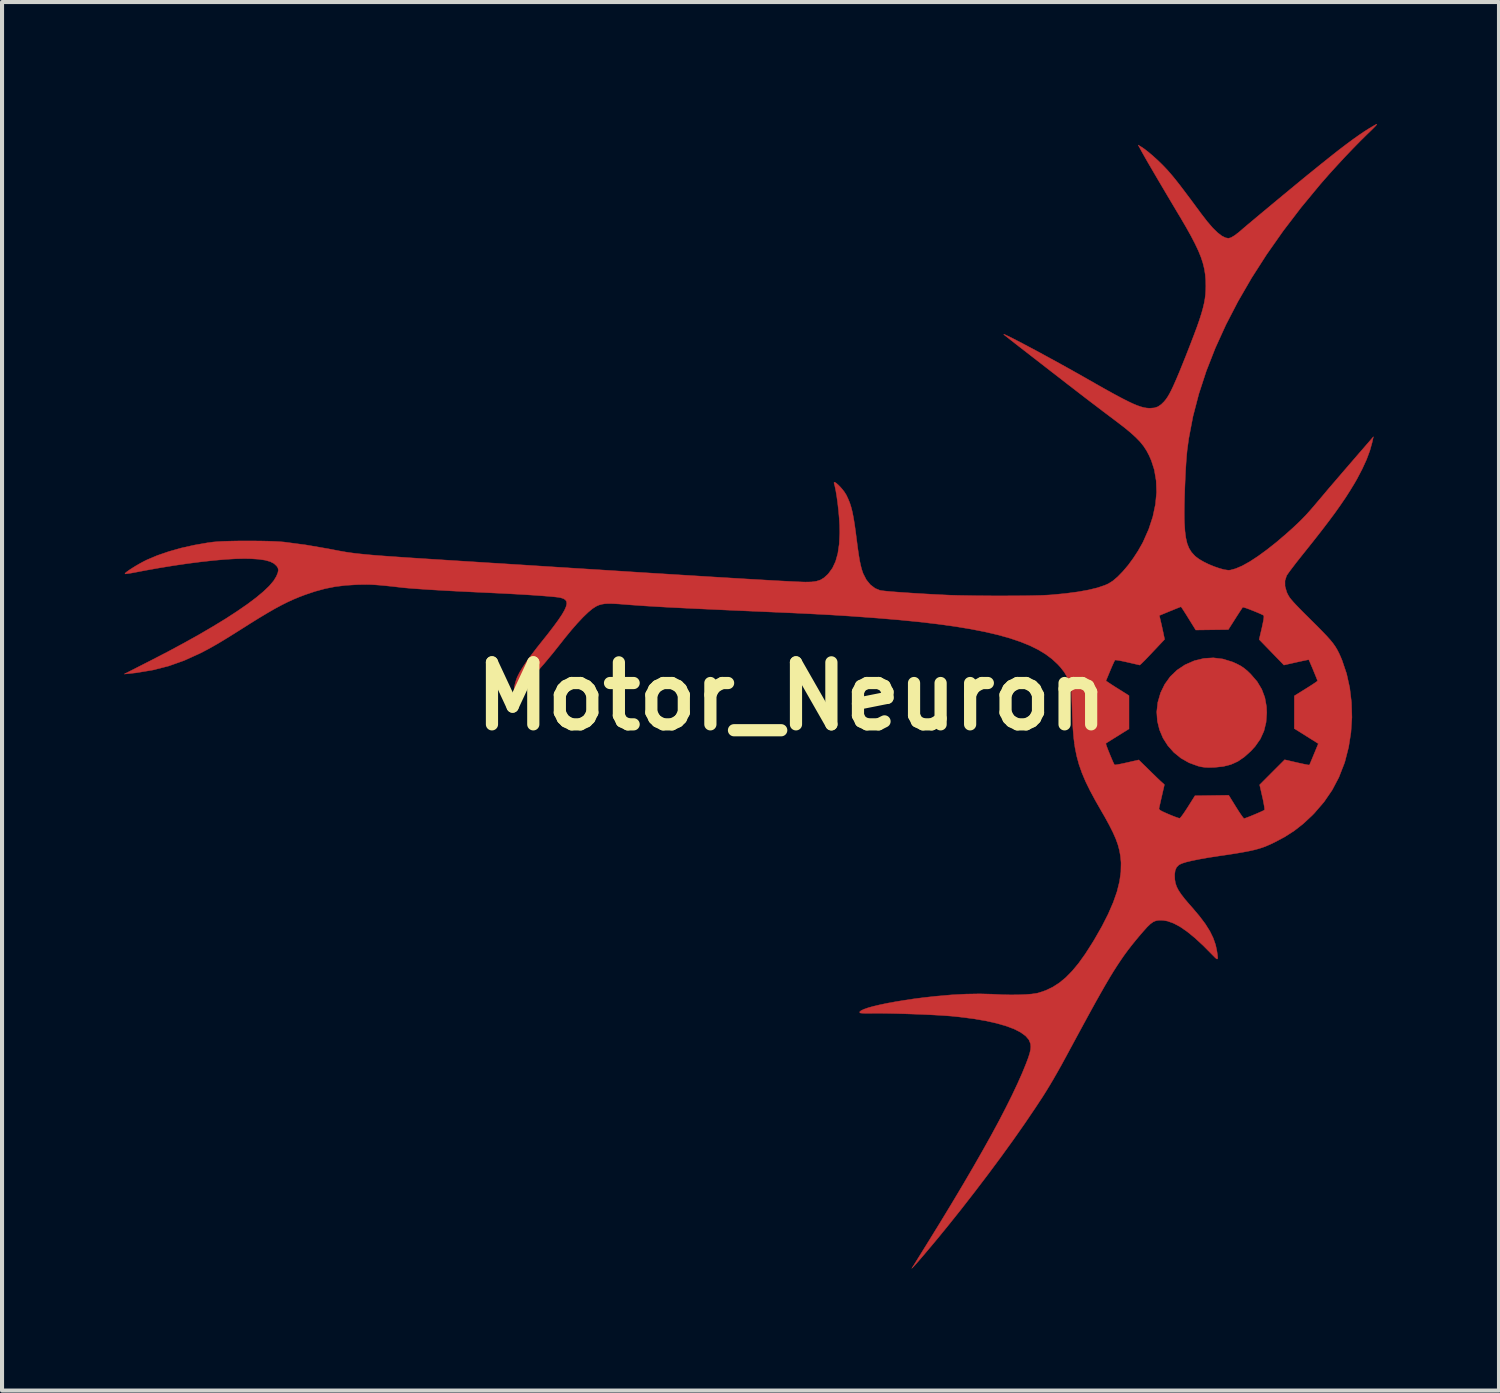
<source format=kicad_pcb>
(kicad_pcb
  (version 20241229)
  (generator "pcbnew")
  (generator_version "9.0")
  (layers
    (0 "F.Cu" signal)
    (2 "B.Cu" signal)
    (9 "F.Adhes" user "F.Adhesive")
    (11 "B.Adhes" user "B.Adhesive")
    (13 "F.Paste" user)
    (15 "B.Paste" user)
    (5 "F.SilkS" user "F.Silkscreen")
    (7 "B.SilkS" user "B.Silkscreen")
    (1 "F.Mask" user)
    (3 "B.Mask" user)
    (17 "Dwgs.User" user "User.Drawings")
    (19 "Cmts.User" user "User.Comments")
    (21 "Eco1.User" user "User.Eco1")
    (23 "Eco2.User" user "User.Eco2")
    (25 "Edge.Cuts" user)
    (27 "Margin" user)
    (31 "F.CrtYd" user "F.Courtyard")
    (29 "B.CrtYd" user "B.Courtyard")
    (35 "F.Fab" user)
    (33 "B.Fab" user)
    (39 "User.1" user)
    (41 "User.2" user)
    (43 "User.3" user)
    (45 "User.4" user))
  (footprint "Motor_Neuron"
    (layer "F.Cu")
    (at 16.412 14.07)
    (property "Reference" "Motor_Neuron" (at 0 0 0) (layer "F.SilkS") (effects (font (size 1.524 1.524) (thickness 0.3))))
    (attr through_hole)
    (fp_poly (pts (xy 10.603 -0.918) (xy 10.835 -0.847) (xy 10.942 -0.8) (xy 11.04 -0.749) (xy 11.123 -0.694) (xy 11.206 -0.626) (xy 11.292 -0.542) (xy 11.447 -0.363) (xy 11.561 -0.173) (xy 11.637 0.03) (xy 11.677 0.252) (xy 11.684 0.406) (xy 11.667 0.64) (xy 11.615 0.853) (xy 11.527 1.048) (xy 11.399 1.231) (xy 11.294 1.346) (xy 11.131 1.492) (xy 10.97 1.602) (xy 10.8 1.678) (xy 10.615 1.725) (xy 10.404 1.747) (xy 10.382 1.748) (xy 10.259 1.751) (xy 10.163 1.747) (xy 10.079 1.735) (xy 9.994 1.715) (xy 9.774 1.635) (xy 9.575 1.522) (xy 9.4 1.38) (xy 9.252 1.214) (xy 9.133 1.027) (xy 9.047 0.823) (xy 8.994 0.608) (xy 8.979 0.384) (xy 9.004 0.155) (xy 9.005 0.149) (xy 9.073 -0.085) (xy 9.176 -0.297) (xy 9.311 -0.484) (xy 9.478 -0.644) (xy 9.673 -0.774) (xy 9.894 -0.871) (xy 9.907 -0.876) (xy 10.138 -0.932) (xy 10.371 -0.946) (xy 10.603 -0.918)) (stroke (width 0.01) (type solid)) (fill yes) (layer "F.Cu"))
    (fp_poly (pts (xy 14.384 -14.052) (xy 14.357 -14.021) (xy 14.306 -13.969) (xy 14.228 -13.892) (xy 14.15 -13.817) (xy 13.986 -13.655) (xy 13.803 -13.468) (xy 13.609 -13.265) (xy 13.413 -13.053) (xy 13.222 -12.843) (xy 13.045 -12.641) (xy 13.004 -12.594) (xy 12.529 -12.02) (xy 12.088 -11.443) (xy 11.682 -10.865) (xy 11.311 -10.286) (xy 10.977 -9.709) (xy 10.679 -9.134) (xy 10.419 -8.563) (xy 10.197 -7.996) (xy 10.014 -7.436) (xy 9.87 -6.883) (xy 9.766 -6.339) (xy 9.727 -6.054) (xy 9.714 -5.918) (xy 9.701 -5.748) (xy 9.689 -5.555) (xy 9.679 -5.345) (xy 9.67 -5.128) (xy 9.663 -4.913) (xy 9.658 -4.707) (xy 9.656 -4.52) (xy 9.657 -4.36) (xy 9.66 -4.265) (xy 9.673 -4.062) (xy 9.695 -3.894) (xy 9.727 -3.756) (xy 9.773 -3.641) (xy 9.833 -3.544) (xy 9.91 -3.459) (xy 9.936 -3.435) (xy 10.022 -3.371) (xy 10.132 -3.307) (xy 10.258 -3.245) (xy 10.39 -3.191) (xy 10.52 -3.146) (xy 10.637 -3.114) (xy 10.735 -3.1) (xy 10.784 -3.102) (xy 10.92 -3.139) (xy 11.081 -3.208) (xy 11.263 -3.309) (xy 11.465 -3.441) (xy 11.686 -3.602) (xy 11.924 -3.79) (xy 12.176 -4.006) (xy 12.291 -4.109) (xy 12.393 -4.203) (xy 12.484 -4.289) (xy 12.57 -4.375) (xy 12.656 -4.465) (xy 12.747 -4.566) (xy 12.85 -4.685) (xy 12.97 -4.827) (xy 13.05 -4.921) (xy 13.123 -5.008) (xy 13.218 -5.121) (xy 13.33 -5.251) (xy 13.452 -5.393) (xy 13.578 -5.54) (xy 13.703 -5.685) (xy 13.736 -5.723) (xy 13.848 -5.853) (xy 13.954 -5.976) (xy 14.05 -6.086) (xy 14.131 -6.18) (xy 14.195 -6.253) (xy 14.236 -6.301) (xy 14.249 -6.316) (xy 14.306 -6.382) (xy 14.273 -6.234) (xy 14.219 -6.04) (xy 14.138 -5.823) (xy 14.031 -5.589) (xy 13.902 -5.343) (xy 13.84 -5.235) (xy 13.737 -5.066) (xy 13.626 -4.892) (xy 13.502 -4.71) (xy 13.365 -4.516) (xy 13.209 -4.306) (xy 13.034 -4.077) (xy 12.836 -3.824) (xy 12.612 -3.543) (xy 12.602 -3.531) (xy 12.501 -3.404) (xy 12.406 -3.284) (xy 12.323 -3.175) (xy 12.253 -3.083) (xy 12.203 -3.013) (xy 12.174 -2.97) (xy 12.172 -2.966) (xy 12.132 -2.842) (xy 12.133 -2.707) (xy 12.174 -2.563) (xy 12.195 -2.517) (xy 12.217 -2.476) (xy 12.244 -2.432) (xy 12.281 -2.384) (xy 12.331 -2.326) (xy 12.396 -2.255) (xy 12.481 -2.167) (xy 12.588 -2.058) (xy 12.721 -1.926) (xy 12.774 -1.873) (xy 12.929 -1.719) (xy 13.056 -1.59) (xy 13.161 -1.48) (xy 13.245 -1.386) (xy 13.314 -1.301) (xy 13.37 -1.222) (xy 13.417 -1.143) (xy 13.46 -1.06) (xy 13.501 -0.969) (xy 13.537 -0.882) (xy 13.647 -0.556) (xy 13.724 -0.209) (xy 13.767 0.151) (xy 13.778 0.518) (xy 13.754 0.887) (xy 13.697 1.25) (xy 13.607 1.601) (xy 13.589 1.656) (xy 13.457 1.993) (xy 13.292 2.306) (xy 13.091 2.599) (xy 12.853 2.875) (xy 12.796 2.933) (xy 12.579 3.135) (xy 12.359 3.307) (xy 12.121 3.459) (xy 11.88 3.587) (xy 11.778 3.636) (xy 11.682 3.678) (xy 11.587 3.715) (xy 11.486 3.747) (xy 11.375 3.777) (xy 11.248 3.805) (xy 11.1 3.833) (xy 10.926 3.863) (xy 10.72 3.895) (xy 10.507 3.926) (xy 10.253 3.965) (xy 10.033 4.004) (xy 9.849 4.041) (xy 9.703 4.076) (xy 9.596 4.11) (xy 9.53 4.142) (xy 9.525 4.145) (xy 9.468 4.202) (xy 9.434 4.275) (xy 9.42 4.373) (xy 9.42 4.413) (xy 9.424 4.508) (xy 9.439 4.595) (xy 9.468 4.681) (xy 9.514 4.771) (xy 9.581 4.871) (xy 9.67 4.986) (xy 9.786 5.122) (xy 9.852 5.196) (xy 10.028 5.404) (xy 10.172 5.595) (xy 10.284 5.773) (xy 10.367 5.942) (xy 10.425 6.108) (xy 10.455 6.246) (xy 10.472 6.354) (xy 10.479 6.424) (xy 10.473 6.458) (xy 10.452 6.457) (xy 10.414 6.425) (xy 10.355 6.365) (xy 10.345 6.355) (xy 10.121 6.129) (xy 9.915 5.939) (xy 9.726 5.785) (xy 9.552 5.665) (xy 9.391 5.58) (xy 9.243 5.527) (xy 9.131 5.508) (xy 9.04 5.506) (xy 8.964 5.517) (xy 8.893 5.546) (xy 8.822 5.597) (xy 8.742 5.674) (xy 8.65 5.777) (xy 8.545 5.899) (xy 8.448 6.016) (xy 8.356 6.13) (xy 8.268 6.244) (xy 8.182 6.361) (xy 8.096 6.485) (xy 8.008 6.617) (xy 7.916 6.761) (xy 7.819 6.92) (xy 7.715 7.097) (xy 7.602 7.295) (xy 7.478 7.515) (xy 7.342 7.762) (xy 7.191 8.039) (xy 7.024 8.347) (xy 6.868 8.636) (xy 6.741 8.871) (xy 6.63 9.075) (xy 6.529 9.254) (xy 6.436 9.416) (xy 6.347 9.566) (xy 6.258 9.712) (xy 6.164 9.861) (xy 6.061 10.017) (xy 5.988 10.128) (xy 5.732 10.506) (xy 5.451 10.907) (xy 5.149 11.325) (xy 4.832 11.752) (xy 4.504 12.183) (xy 4.171 12.611) (xy 3.838 13.028) (xy 3.717 13.176) (xy 3.604 13.315) (xy 3.489 13.453) (xy 3.376 13.587) (xy 3.271 13.712) (xy 3.176 13.823) (xy 3.096 13.915) (xy 3.036 13.984) (xy 2.999 14.023) (xy 2.956 14.065) (xy 2.996 14.002) (xy 3.338 13.451) (xy 3.657 12.934) (xy 3.952 12.448) (xy 4.224 11.992) (xy 4.474 11.564) (xy 4.702 11.165) (xy 4.911 10.791) (xy 5.099 10.443) (xy 5.268 10.117) (xy 5.419 9.814) (xy 5.552 9.532) (xy 5.669 9.27) (xy 5.765 9.035) (xy 5.819 8.892) (xy 5.855 8.779) (xy 5.876 8.688) (xy 5.882 8.614) (xy 5.876 8.547) (xy 5.876 8.545) (xy 5.836 8.445) (xy 5.755 8.351) (xy 5.634 8.263) (xy 5.474 8.181) (xy 5.277 8.107) (xy 5.042 8.039) (xy 4.773 7.979) (xy 4.468 7.927) (xy 4.13 7.884) (xy 3.937 7.864) (xy 3.796 7.853) (xy 3.622 7.842) (xy 3.422 7.831) (xy 3.204 7.821) (xy 2.977 7.813) (xy 2.75 7.805) (xy 2.53 7.799) (xy 2.326 7.795) (xy 2.146 7.793) (xy 1.998 7.794) (xy 1.986 7.794) (xy 1.88 7.795) (xy 1.788 7.794) (xy 1.72 7.79) (xy 1.684 7.785) (xy 1.681 7.784) (xy 1.676 7.757) (xy 1.711 7.727) (xy 1.781 7.694) (xy 1.884 7.658) (xy 2.017 7.621) (xy 2.176 7.584) (xy 2.358 7.546) (xy 2.561 7.509) (xy 2.78 7.473) (xy 3.013 7.438) (xy 3.257 7.407) (xy 3.508 7.379) (xy 3.524 7.377) (xy 3.918 7.342) (xy 4.288 7.322) (xy 4.627 7.316) (xy 4.933 7.324) (xy 4.985 7.327) (xy 5.191 7.337) (xy 5.393 7.341) (xy 5.584 7.339) (xy 5.757 7.332) (xy 5.906 7.32) (xy 6.023 7.303) (xy 6.064 7.294) (xy 6.247 7.233) (xy 6.419 7.151) (xy 6.583 7.046) (xy 6.742 6.915) (xy 6.899 6.755) (xy 7.058 6.564) (xy 7.22 6.338) (xy 7.389 6.074) (xy 7.443 5.986) (xy 7.631 5.657) (xy 7.786 5.352) (xy 7.909 5.068) (xy 8.002 4.803) (xy 8.064 4.555) (xy 8.097 4.321) (xy 8.102 4.098) (xy 8.1 4.066) (xy 8.086 3.924) (xy 8.061 3.786) (xy 8.024 3.647) (xy 7.971 3.501) (xy 7.901 3.343) (xy 7.811 3.165) (xy 7.7 2.962) (xy 7.625 2.833) (xy 7.47 2.562) (xy 7.339 2.318) (xy 7.229 2.094) (xy 7.14 1.883) (xy 7.068 1.678) (xy 7.012 1.473) (xy 6.969 1.261) (xy 6.955 1.158) (xy 7.727 1.158) (xy 7.731 1.179) (xy 7.748 1.23) (xy 7.775 1.302) (xy 7.809 1.387) (xy 7.845 1.475) (xy 7.88 1.557) (xy 7.91 1.626) (xy 7.933 1.672) (xy 7.942 1.686) (xy 7.968 1.685) (xy 8.027 1.676) (xy 8.111 1.66) (xy 8.212 1.638) (xy 8.248 1.63) (xy 8.537 1.564) (xy 8.772 1.794) (xy 8.86 1.881) (xy 8.945 1.963) (xy 9.018 2.034) (xy 9.072 2.085) (xy 9.087 2.098) (xy 9.168 2.172) (xy 9.105 2.446) (xy 9.081 2.551) (xy 9.06 2.644) (xy 9.044 2.715) (xy 9.035 2.755) (xy 9.035 2.758) (xy 9.039 2.778) (xy 9.062 2.8) (xy 9.11 2.828) (xy 9.189 2.864) (xy 9.271 2.9) (xy 9.366 2.939) (xy 9.449 2.971) (xy 9.511 2.992) (xy 9.543 2.999) (xy 9.544 2.999) (xy 9.565 2.981) (xy 9.603 2.932) (xy 9.654 2.86) (xy 9.713 2.771) (xy 9.746 2.72) (xy 9.919 2.445) (xy 10.334 2.439) (xy 10.749 2.433) (xy 10.926 2.719) (xy 10.987 2.816) (xy 11.042 2.899) (xy 11.087 2.962) (xy 11.116 2.998) (xy 11.125 3.005) (xy 11.154 2.997) (xy 11.212 2.976) (xy 11.289 2.946) (xy 11.376 2.91) (xy 11.463 2.873) (xy 11.54 2.839) (xy 11.598 2.812) (xy 11.627 2.795) (xy 11.628 2.795) (xy 11.63 2.769) (xy 11.623 2.71) (xy 11.608 2.625) (xy 11.588 2.522) (xy 11.577 2.476) (xy 11.509 2.176) (xy 11.816 1.868) (xy 12.124 1.56) (xy 12.424 1.629) (xy 12.531 1.653) (xy 12.622 1.672) (xy 12.689 1.685) (xy 12.727 1.69) (xy 12.731 1.69) (xy 12.742 1.669) (xy 12.765 1.616) (xy 12.797 1.539) (xy 12.836 1.445) (xy 12.845 1.423) (xy 12.952 1.164) (xy 12.842 1.094) (xy 12.774 1.052) (xy 12.685 0.996) (xy 12.59 0.936) (xy 12.547 0.909) (xy 12.361 0.794) (xy 12.362 -0.011) (xy 12.647 -0.188) (xy 12.744 -0.249) (xy 12.827 -0.303) (xy 12.89 -0.345) (xy 12.926 -0.372) (xy 12.933 -0.379) (xy 12.925 -0.402) (xy 12.905 -0.455) (xy 12.875 -0.528) (xy 12.84 -0.613) (xy 12.804 -0.701) (xy 12.769 -0.782) (xy 12.741 -0.848) (xy 12.722 -0.89) (xy 12.717 -0.899) (xy 12.695 -0.897) (xy 12.64 -0.886) (xy 12.558 -0.869) (xy 12.457 -0.847) (xy 12.408 -0.836) (xy 12.106 -0.768) (xy 11.497 -1.397) (xy 11.526 -1.519) (xy 11.563 -1.677) (xy 11.589 -1.799) (xy 11.606 -1.887) (xy 11.613 -1.946) (xy 11.612 -1.978) (xy 11.608 -1.987) (xy 11.578 -2.005) (xy 11.52 -2.032) (xy 11.443 -2.065) (xy 11.357 -2.1) (xy 11.271 -2.134) (xy 11.193 -2.163) (xy 11.132 -2.183) (xy 11.098 -2.191) (xy 11.094 -2.191) (xy 11.079 -2.169) (xy 11.045 -2.118) (xy 10.997 -2.045) (xy 10.939 -1.955) (xy 10.91 -1.909) (xy 10.739 -1.64) (xy 9.938 -1.63) (xy 9.761 -1.915) (xy 9.701 -2.012) (xy 9.648 -2.095) (xy 9.607 -2.158) (xy 9.581 -2.195) (xy 9.575 -2.201) (xy 9.553 -2.194) (xy 9.5 -2.173) (xy 9.422 -2.142) (xy 9.328 -2.103) (xy 9.304 -2.094) (xy 9.043 -1.986) (xy 9.071 -1.866) (xy 9.09 -1.785) (xy 9.113 -1.683) (xy 9.135 -1.581) (xy 9.137 -1.573) (xy 9.173 -1.4) (xy 8.917 -1.129) (xy 8.83 -1.037) (xy 8.75 -0.953) (xy 8.683 -0.883) (xy 8.633 -0.834) (xy 8.612 -0.813) (xy 8.562 -0.768) (xy 8.266 -0.836) (xy 8.159 -0.86) (xy 8.067 -0.878) (xy 7.997 -0.889) (xy 7.958 -0.891) (xy 7.953 -0.89) (xy 7.939 -0.866) (xy 7.912 -0.81) (xy 7.877 -0.732) (xy 7.837 -0.638) (xy 7.833 -0.628) (xy 7.73 -0.38) (xy 7.818 -0.321) (xy 7.874 -0.284) (xy 7.953 -0.233) (xy 8.044 -0.176) (xy 8.102 -0.14) (xy 8.297 -0.017) (xy 8.297 0.801) (xy 8.017 0.976) (xy 7.92 1.036) (xy 7.837 1.088) (xy 7.773 1.128) (xy 7.735 1.153) (xy 7.727 1.158) (xy 6.955 1.158) (xy 6.939 1.035) (xy 6.918 0.788) (xy 6.905 0.513) (xy 6.901 0.402) (xy 6.896 0.222) (xy 6.891 0.079) (xy 6.886 -0.033) (xy 6.88 -0.119) (xy 6.874 -0.186) (xy 6.865 -0.238) (xy 6.854 -0.282) (xy 6.841 -0.323) (xy 6.84 -0.326) (xy 6.78 -0.467) (xy 6.708 -0.591) (xy 6.614 -0.712) (xy 6.542 -0.79) (xy 6.406 -0.916) (xy 6.249 -1.034) (xy 6.068 -1.144) (xy 5.862 -1.246) (xy 5.63 -1.34) (xy 5.37 -1.428) (xy 5.081 -1.509) (xy 4.762 -1.584) (xy 4.409 -1.653) (xy 4.023 -1.717) (xy 3.602 -1.775) (xy 3.144 -1.829) (xy 2.647 -1.878) (xy 2.111 -1.923) (xy 1.799 -1.946) (xy 1.62 -1.959) (xy 1.453 -1.971) (xy 1.292 -1.981) (xy 1.135 -1.991) (xy 0.977 -2.001) (xy 0.813 -2.01) (xy 0.639 -2.019) (xy 0.451 -2.029) (xy 0.244 -2.039) (xy 0.014 -2.05) (xy -0.242 -2.061) (xy -0.531 -2.074) (xy -0.855 -2.088) (xy -1.037 -2.096) (xy -1.453 -2.114) (xy -1.829 -2.131) (xy -2.169 -2.147) (xy -2.476 -2.161) (xy -2.752 -2.175) (xy -3.001 -2.187) (xy -3.225 -2.2) (xy -3.427 -2.212) (xy -3.611 -2.223) (xy -3.779 -2.235) (xy -3.935 -2.246) (xy -4.064 -2.256) (xy -4.242 -2.27) (xy -4.384 -2.278) (xy -4.497 -2.28) (xy -4.588 -2.276) (xy -4.662 -2.264) (xy -4.728 -2.246) (xy -4.79 -2.22) (xy -4.807 -2.211) (xy -4.894 -2.155) (xy -5.001 -2.066) (xy -5.126 -1.946) (xy -5.265 -1.798) (xy -5.416 -1.625) (xy -5.576 -1.43) (xy -5.652 -1.333) (xy -5.873 -1.055) (xy -6.077 -0.81) (xy -6.266 -0.595) (xy -6.444 -0.405) (xy -6.594 -0.256) (xy -6.678 -0.177) (xy -6.737 -0.124) (xy -6.776 -0.094) (xy -6.8 -0.084) (xy -6.813 -0.09) (xy -6.817 -0.099) (xy -6.823 -0.155) (xy -6.814 -0.237) (xy -6.792 -0.334) (xy -6.76 -0.434) (xy -6.741 -0.48) (xy -6.688 -0.585) (xy -6.615 -0.707) (xy -6.52 -0.848) (xy -6.401 -1.012) (xy -6.255 -1.202) (xy -6.161 -1.32) (xy -5.992 -1.532) (xy -5.851 -1.716) (xy -5.736 -1.873) (xy -5.647 -2.005) (xy -5.583 -2.115) (xy -5.544 -2.204) (xy -5.527 -2.275) (xy -5.533 -2.33) (xy -5.561 -2.372) (xy -5.609 -2.402) (xy -5.677 -2.424) (xy -5.74 -2.435) (xy -5.83 -2.445) (xy -5.959 -2.457) (xy -6.122 -2.47) (xy -6.314 -2.484) (xy -6.531 -2.498) (xy -6.77 -2.512) (xy -7.025 -2.526) (xy -7.293 -2.539) (xy -7.525 -2.55) (xy -7.923 -2.569) (xy -8.285 -2.587) (xy -8.611 -2.605) (xy -8.9 -2.622) (xy -9.15 -2.639) (xy -9.361 -2.654) (xy -9.531 -2.669) (xy -9.62 -2.679) (xy -9.82 -2.702) (xy -9.985 -2.719) (xy -10.123 -2.732) (xy -10.24 -2.741) (xy -10.344 -2.747) (xy -10.443 -2.749) (xy -10.543 -2.748) (xy -10.652 -2.746) (xy -10.679 -2.745) (xy -10.963 -2.728) (xy -11.221 -2.696) (xy -11.468 -2.647) (xy -11.72 -2.578) (xy -11.955 -2.499) (xy -12.103 -2.443) (xy -12.247 -2.383) (xy -12.392 -2.317) (xy -12.543 -2.241) (xy -12.705 -2.154) (xy -12.883 -2.051) (xy -13.082 -1.932) (xy -13.308 -1.792) (xy -13.451 -1.701) (xy -13.659 -1.57) (xy -13.836 -1.459) (xy -13.99 -1.365) (xy -14.124 -1.285) (xy -14.245 -1.216) (xy -14.359 -1.153) (xy -14.47 -1.095) (xy -14.552 -1.053) (xy -14.934 -0.88) (xy -15.314 -0.745) (xy -15.703 -0.646) (xy -16.11 -0.578) (xy -16.263 -0.561) (xy -16.407 -0.547) (xy -15.765 -0.874) (xy -15.337 -1.095) (xy -14.936 -1.311) (xy -14.563 -1.519) (xy -14.22 -1.72) (xy -13.907 -1.911) (xy -13.626 -2.094) (xy -13.377 -2.266) (xy -13.163 -2.427) (xy -12.983 -2.577) (xy -12.84 -2.714) (xy -12.735 -2.838) (xy -12.668 -2.947) (xy -12.631 -3.037) (xy -12.618 -3.103) (xy -12.629 -3.156) (xy -12.66 -3.204) (xy -12.725 -3.264) (xy -12.818 -3.312) (xy -12.943 -3.347) (xy -13.1 -3.37) (xy -13.294 -3.383) (xy -13.453 -3.386) (xy -13.671 -3.381) (xy -13.924 -3.366) (xy -14.208 -3.341) (xy -14.516 -3.307) (xy -14.844 -3.265) (xy -15.186 -3.215) (xy -15.536 -3.158) (xy -15.89 -3.095) (xy -16.146 -3.046) (xy -16.238 -3.029) (xy -16.317 -3.017) (xy -16.371 -3.011) (xy -16.389 -3.011) (xy -16.386 -3.026) (xy -16.351 -3.056) (xy -16.292 -3.099) (xy -16.214 -3.15) (xy -16.124 -3.206) (xy -16.027 -3.262) (xy -15.931 -3.314) (xy -15.847 -3.356) (xy -15.596 -3.462) (xy -15.313 -3.559) (xy -15.005 -3.646) (xy -14.683 -3.718) (xy -14.356 -3.775) (xy -14.224 -3.793) (xy -14.122 -3.802) (xy -13.984 -3.81) (xy -13.82 -3.815) (xy -13.637 -3.819) (xy -13.442 -3.82) (xy -13.243 -3.82) (xy -13.048 -3.818) (xy -12.864 -3.814) (xy -12.699 -3.808) (xy -12.561 -3.8) (xy -12.478 -3.793) (xy -11.942 -3.722) (xy -11.39 -3.627) (xy -11.292 -3.608) (xy -11.199 -3.59) (xy -11.11 -3.573) (xy -11.024 -3.558) (xy -10.937 -3.543) (xy -10.846 -3.53) (xy -10.75 -3.517) (xy -10.644 -3.505) (xy -10.527 -3.493) (xy -10.395 -3.48) (xy -10.245 -3.467) (xy -10.076 -3.454) (xy -9.884 -3.44) (xy -9.666 -3.425) (xy -9.42 -3.408) (xy -9.142 -3.39) (xy -8.831 -3.37) (xy -8.483 -3.348) (xy -8.096 -3.323) (xy -7.802 -3.305) (xy -7.495 -3.285) (xy -7.183 -3.266) (xy -6.872 -3.246) (xy -6.568 -3.227) (xy -6.276 -3.208) (xy -6.005 -3.191) (xy -5.759 -3.175) (xy -5.545 -3.162) (xy -5.429 -3.154) (xy -4.789 -3.114) (xy -4.19 -3.076) (xy -3.632 -3.04) (xy -3.113 -3.008) (xy -2.634 -2.978) (xy -2.193 -2.951) (xy -1.79 -2.926) (xy -1.424 -2.904) (xy -1.094 -2.884) (xy -0.799 -2.867) (xy -0.539 -2.852) (xy -0.313 -2.839) (xy -0.119 -2.829) (xy 0.042 -2.821) (xy 0.171 -2.815) (xy 0.27 -2.811) (xy 0.339 -2.809) (xy 0.491 -2.812) (xy 0.612 -2.829) (xy 0.711 -2.861) (xy 0.798 -2.914) (xy 0.883 -2.991) (xy 0.908 -3.018) (xy 1.006 -3.152) (xy 1.083 -3.317) (xy 1.138 -3.513) (xy 1.172 -3.743) (xy 1.185 -4.007) (xy 1.185 -4.051) (xy 1.182 -4.204) (xy 1.172 -4.375) (xy 1.156 -4.555) (xy 1.136 -4.734) (xy 1.113 -4.904) (xy 1.088 -5.055) (xy 1.062 -5.178) (xy 1.046 -5.233) (xy 1.045 -5.261) (xy 1.065 -5.262) (xy 1.101 -5.239) (xy 1.148 -5.198) (xy 1.201 -5.144) (xy 1.255 -5.082) (xy 1.304 -5.017) (xy 1.343 -4.954) (xy 1.349 -4.944) (xy 1.393 -4.849) (xy 1.432 -4.754) (xy 1.465 -4.65) (xy 1.495 -4.532) (xy 1.522 -4.395) (xy 1.549 -4.232) (xy 1.576 -4.038) (xy 1.599 -3.86) (xy 1.626 -3.651) (xy 1.651 -3.478) (xy 1.675 -3.335) (xy 1.7 -3.217) (xy 1.726 -3.118) (xy 1.755 -3.032) (xy 1.76 -3.018) (xy 1.838 -2.866) (xy 1.937 -2.744) (xy 2.055 -2.654) (xy 2.172 -2.606) (xy 2.223 -2.597) (xy 2.312 -2.587) (xy 2.436 -2.575) (xy 2.592 -2.563) (xy 2.776 -2.55) (xy 2.984 -2.536) (xy 3.212 -2.522) (xy 3.458 -2.508) (xy 3.715 -2.495) (xy 3.888 -2.487) (xy 4.089 -2.481) (xy 4.31 -2.477) (xy 4.548 -2.473) (xy 4.794 -2.471) (xy 5.045 -2.469) (xy 5.293 -2.47) (xy 5.533 -2.471) (xy 5.76 -2.473) (xy 5.966 -2.477) (xy 6.147 -2.482) (xy 6.296 -2.489) (xy 6.392 -2.495) (xy 6.736 -2.528) (xy 7.039 -2.568) (xy 7.301 -2.615) (xy 7.523 -2.669) (xy 7.705 -2.731) (xy 7.789 -2.768) (xy 7.899 -2.837) (xy 8.02 -2.94) (xy 8.147 -3.071) (xy 8.276 -3.223) (xy 8.401 -3.393) (xy 8.518 -3.572) (xy 8.623 -3.757) (xy 8.645 -3.799) (xy 8.782 -4.109) (xy 8.883 -4.417) (xy 8.947 -4.72) (xy 8.975 -5.015) (xy 8.965 -5.3) (xy 8.919 -5.57) (xy 8.847 -5.794) (xy 8.79 -5.924) (xy 8.728 -6.041) (xy 8.656 -6.151) (xy 8.57 -6.258) (xy 8.465 -6.366) (xy 8.337 -6.482) (xy 8.182 -6.61) (xy 7.995 -6.753) (xy 7.973 -6.77) (xy 7.828 -6.879) (xy 7.671 -6.997) (xy 7.514 -7.117) (xy 7.365 -7.23) (xy 7.235 -7.329) (xy 7.186 -7.367) (xy 7.056 -7.467) (xy 6.911 -7.579) (xy 6.755 -7.699) (xy 6.591 -7.827) (xy 6.422 -7.957) (xy 6.252 -8.089) (xy 6.084 -8.22) (xy 5.921 -8.346) (xy 5.768 -8.465) (xy 5.626 -8.575) (xy 5.5 -8.673) (xy 5.393 -8.757) (xy 5.309 -8.823) (xy 5.25 -8.869) (xy 5.22 -8.893) (xy 5.218 -8.895) (xy 5.219 -8.901) (xy 5.253 -8.889) (xy 5.319 -8.858) (xy 5.412 -8.813) (xy 5.529 -8.753) (xy 5.668 -8.681) (xy 5.824 -8.598) (xy 5.996 -8.507) (xy 6.179 -8.408) (xy 6.371 -8.303) (xy 6.569 -8.195) (xy 6.769 -8.084) (xy 6.968 -7.973) (xy 7.163 -7.863) (xy 7.302 -7.784) (xy 7.556 -7.639) (xy 7.777 -7.515) (xy 7.968 -7.41) (xy 8.132 -7.323) (xy 8.272 -7.252) (xy 8.392 -7.195) (xy 8.495 -7.152) (xy 8.583 -7.121) (xy 8.66 -7.1) (xy 8.73 -7.088) (xy 8.794 -7.083) (xy 8.816 -7.083) (xy 8.922 -7.092) (xy 9.009 -7.121) (xy 9.09 -7.177) (xy 9.16 -7.246) (xy 9.201 -7.296) (xy 9.244 -7.357) (xy 9.289 -7.433) (xy 9.338 -7.527) (xy 9.393 -7.644) (xy 9.456 -7.786) (xy 9.529 -7.958) (xy 9.612 -8.163) (xy 9.7 -8.382) (xy 9.804 -8.648) (xy 9.893 -8.88) (xy 9.968 -9.081) (xy 10.029 -9.256) (xy 10.078 -9.409) (xy 10.116 -9.545) (xy 10.145 -9.667) (xy 10.165 -9.78) (xy 10.178 -9.888) (xy 10.184 -9.996) (xy 10.186 -10.086) (xy 10.183 -10.233) (xy 10.171 -10.374) (xy 10.149 -10.511) (xy 10.115 -10.65) (xy 10.067 -10.796) (xy 10.004 -10.952) (xy 9.923 -11.123) (xy 9.824 -11.314) (xy 9.704 -11.529) (xy 9.562 -11.772) (xy 9.513 -11.853) (xy 9.372 -12.09) (xy 9.236 -12.319) (xy 9.106 -12.539) (xy 8.985 -12.744) (xy 8.875 -12.932) (xy 8.779 -13.096) (xy 8.699 -13.235) (xy 8.638 -13.344) (xy 8.614 -13.386) (xy 8.523 -13.554) (xy 8.592 -13.513) (xy 8.674 -13.458) (xy 8.777 -13.378) (xy 8.891 -13.281) (xy 9.01 -13.173) (xy 9.125 -13.061) (xy 9.228 -12.953) (xy 9.25 -12.929) (xy 9.304 -12.867) (xy 9.358 -12.804) (xy 9.413 -12.737) (xy 9.474 -12.661) (xy 9.544 -12.572) (xy 9.624 -12.467) (xy 9.718 -12.342) (xy 9.829 -12.194) (xy 9.96 -12.017) (xy 10.071 -11.867) (xy 10.219 -11.675) (xy 10.352 -11.52) (xy 10.471 -11.403) (xy 10.577 -11.321) (xy 10.67 -11.274) (xy 10.742 -11.261) (xy 10.803 -11.277) (xy 10.887 -11.326) (xy 10.996 -11.408) (xy 11.07 -11.472) (xy 11.127 -11.521) (xy 11.213 -11.594) (xy 11.323 -11.686) (xy 11.453 -11.795) (xy 11.599 -11.917) (xy 11.757 -12.048) (xy 11.921 -12.185) (xy 12.089 -12.324) (xy 12.256 -12.462) (xy 12.417 -12.595) (xy 12.569 -12.72) (xy 12.707 -12.833) (xy 12.755 -12.871) (xy 13.016 -13.083) (xy 13.249 -13.269) (xy 13.456 -13.432) (xy 13.641 -13.573) (xy 13.806 -13.695) (xy 13.954 -13.8) (xy 14.089 -13.891) (xy 14.213 -13.969) (xy 14.329 -14.037) (xy 14.34 -14.044) (xy 14.373 -14.061) (xy 14.389 -14.065) (xy 14.384 -14.052)) (stroke (width 0.01) (type solid)) (fill yes) (layer "F.Cu"))
    (fp_poly (pts (xy 10.603 -0.918) (xy 10.835 -0.847) (xy 10.942 -0.8) (xy 11.04 -0.749) (xy 11.123 -0.694) (xy 11.206 -0.626) (xy 11.292 -0.542) (xy 11.447 -0.363) (xy 11.561 -0.173) (xy 11.637 0.03) (xy 11.677 0.252) (xy 11.684 0.406) (xy 11.667 0.64) (xy 11.615 0.853) (xy 11.527 1.048) (xy 11.399 1.231) (xy 11.294 1.346) (xy 11.131 1.492) (xy 10.97 1.602) (xy 10.8 1.678) (xy 10.615 1.725) (xy 10.404 1.747) (xy 10.382 1.748) (xy 10.259 1.751) (xy 10.163 1.747) (xy 10.079 1.735) (xy 9.994 1.715) (xy 9.774 1.635) (xy 9.575 1.522) (xy 9.4 1.38) (xy 9.252 1.214) (xy 9.133 1.027) (xy 9.047 0.823) (xy 8.994 0.608) (xy 8.979 0.384) (xy 9.004 0.155) (xy 9.005 0.149) (xy 9.073 -0.085) (xy 9.176 -0.297) (xy 9.311 -0.484) (xy 9.478 -0.644) (xy 9.673 -0.774) (xy 9.894 -0.871) (xy 9.907 -0.876) (xy 10.138 -0.932) (xy 10.371 -0.946) (xy 10.603 -0.918)) (stroke (width 0.01) (type solid)) (fill yes) (layer "F.Mask"))
    (fp_poly (pts (xy 14.384 -14.052) (xy 14.357 -14.021) (xy 14.306 -13.969) (xy 14.228 -13.892) (xy 14.15 -13.817) (xy 13.986 -13.655) (xy 13.803 -13.468) (xy 13.609 -13.265) (xy 13.413 -13.053) (xy 13.222 -12.843) (xy 13.045 -12.641) (xy 13.004 -12.594) (xy 12.529 -12.02) (xy 12.088 -11.443) (xy 11.682 -10.865) (xy 11.311 -10.286) (xy 10.977 -9.709) (xy 10.679 -9.134) (xy 10.419 -8.563) (xy 10.197 -7.996) (xy 10.014 -7.436) (xy 9.87 -6.883) (xy 9.766 -6.339) (xy 9.727 -6.054) (xy 9.714 -5.918) (xy 9.701 -5.748) (xy 9.689 -5.555) (xy 9.679 -5.345) (xy 9.67 -5.128) (xy 9.663 -4.913) (xy 9.658 -4.707) (xy 9.656 -4.52) (xy 9.657 -4.36) (xy 9.66 -4.265) (xy 9.673 -4.062) (xy 9.695 -3.894) (xy 9.727 -3.756) (xy 9.773 -3.641) (xy 9.833 -3.544) (xy 9.91 -3.459) (xy 9.936 -3.435) (xy 10.022 -3.371) (xy 10.132 -3.307) (xy 10.258 -3.245) (xy 10.39 -3.191) (xy 10.52 -3.146) (xy 10.637 -3.114) (xy 10.735 -3.1) (xy 10.784 -3.102) (xy 10.92 -3.139) (xy 11.081 -3.208) (xy 11.263 -3.309) (xy 11.465 -3.441) (xy 11.686 -3.602) (xy 11.924 -3.79) (xy 12.176 -4.006) (xy 12.291 -4.109) (xy 12.393 -4.203) (xy 12.484 -4.289) (xy 12.57 -4.375) (xy 12.656 -4.465) (xy 12.747 -4.566) (xy 12.85 -4.685) (xy 12.97 -4.827) (xy 13.05 -4.921) (xy 13.123 -5.008) (xy 13.218 -5.121) (xy 13.33 -5.251) (xy 13.452 -5.393) (xy 13.578 -5.54) (xy 13.703 -5.685) (xy 13.736 -5.723) (xy 13.848 -5.853) (xy 13.954 -5.976) (xy 14.05 -6.086) (xy 14.131 -6.18) (xy 14.195 -6.253) (xy 14.236 -6.301) (xy 14.249 -6.316) (xy 14.306 -6.382) (xy 14.273 -6.234) (xy 14.219 -6.04) (xy 14.138 -5.823) (xy 14.031 -5.589) (xy 13.902 -5.343) (xy 13.84 -5.235) (xy 13.737 -5.066) (xy 13.626 -4.892) (xy 13.502 -4.71) (xy 13.365 -4.516) (xy 13.209 -4.306) (xy 13.034 -4.077) (xy 12.836 -3.824) (xy 12.612 -3.543) (xy 12.602 -3.531) (xy 12.501 -3.404) (xy 12.406 -3.284) (xy 12.323 -3.175) (xy 12.253 -3.083) (xy 12.203 -3.013) (xy 12.174 -2.97) (xy 12.172 -2.966) (xy 12.132 -2.842) (xy 12.133 -2.707) (xy 12.174 -2.563) (xy 12.195 -2.517) (xy 12.217 -2.476) (xy 12.244 -2.432) (xy 12.281 -2.384) (xy 12.331 -2.326) (xy 12.396 -2.255) (xy 12.481 -2.167) (xy 12.588 -2.058) (xy 12.721 -1.926) (xy 12.774 -1.873) (xy 12.929 -1.719) (xy 13.056 -1.59) (xy 13.161 -1.48) (xy 13.245 -1.386) (xy 13.314 -1.301) (xy 13.37 -1.222) (xy 13.417 -1.143) (xy 13.46 -1.06) (xy 13.501 -0.969) (xy 13.537 -0.882) (xy 13.647 -0.556) (xy 13.724 -0.209) (xy 13.767 0.151) (xy 13.778 0.518) (xy 13.754 0.887) (xy 13.697 1.25) (xy 13.607 1.601) (xy 13.589 1.656) (xy 13.457 1.993) (xy 13.292 2.306) (xy 13.091 2.599) (xy 12.853 2.875) (xy 12.796 2.933) (xy 12.579 3.135) (xy 12.359 3.307) (xy 12.121 3.459) (xy 11.88 3.587) (xy 11.778 3.636) (xy 11.682 3.678) (xy 11.587 3.715) (xy 11.486 3.747) (xy 11.375 3.777) (xy 11.248 3.805) (xy 11.1 3.833) (xy 10.926 3.863) (xy 10.72 3.895) (xy 10.507 3.926) (xy 10.253 3.965) (xy 10.033 4.004) (xy 9.849 4.041) (xy 9.703 4.076) (xy 9.596 4.11) (xy 9.53 4.142) (xy 9.525 4.145) (xy 9.468 4.202) (xy 9.434 4.275) (xy 9.42 4.373) (xy 9.42 4.413) (xy 9.424 4.508) (xy 9.439 4.595) (xy 9.468 4.681) (xy 9.514 4.771) (xy 9.581 4.871) (xy 9.67 4.986) (xy 9.786 5.122) (xy 9.852 5.196) (xy 10.028 5.404) (xy 10.172 5.595) (xy 10.284 5.773) (xy 10.367 5.942) (xy 10.425 6.108) (xy 10.455 6.246) (xy 10.472 6.354) (xy 10.479 6.424) (xy 10.473 6.458) (xy 10.452 6.457) (xy 10.414 6.425) (xy 10.355 6.365) (xy 10.345 6.355) (xy 10.121 6.129) (xy 9.915 5.939) (xy 9.726 5.785) (xy 9.552 5.665) (xy 9.391 5.58) (xy 9.243 5.527) (xy 9.131 5.508) (xy 9.04 5.506) (xy 8.964 5.517) (xy 8.893 5.546) (xy 8.822 5.597) (xy 8.742 5.674) (xy 8.65 5.777) (xy 8.545 5.899) (xy 8.448 6.016) (xy 8.356 6.13) (xy 8.268 6.244) (xy 8.182 6.361) (xy 8.096 6.485) (xy 8.008 6.617) (xy 7.916 6.761) (xy 7.819 6.92) (xy 7.715 7.097) (xy 7.602 7.295) (xy 7.478 7.515) (xy 7.342 7.762) (xy 7.191 8.039) (xy 7.024 8.347) (xy 6.868 8.636) (xy 6.741 8.871) (xy 6.63 9.075) (xy 6.529 9.254) (xy 6.436 9.416) (xy 6.347 9.566) (xy 6.258 9.712) (xy 6.164 9.861) (xy 6.061 10.017) (xy 5.988 10.128) (xy 5.732 10.506) (xy 5.451 10.907) (xy 5.149 11.325) (xy 4.832 11.752) (xy 4.504 12.183) (xy 4.171 12.611) (xy 3.838 13.028) (xy 3.717 13.176) (xy 3.604 13.315) (xy 3.489 13.453) (xy 3.376 13.587) (xy 3.271 13.712) (xy 3.176 13.823) (xy 3.096 13.915) (xy 3.036 13.984) (xy 2.999 14.023) (xy 2.956 14.065) (xy 2.996 14.002) (xy 3.338 13.451) (xy 3.657 12.934) (xy 3.952 12.448) (xy 4.224 11.992) (xy 4.474 11.564) (xy 4.702 11.165) (xy 4.911 10.791) (xy 5.099 10.443) (xy 5.268 10.117) (xy 5.419 9.814) (xy 5.552 9.532) (xy 5.669 9.27) (xy 5.765 9.035) (xy 5.819 8.892) (xy 5.855 8.779) (xy 5.876 8.688) (xy 5.882 8.614) (xy 5.876 8.547) (xy 5.876 8.545) (xy 5.836 8.445) (xy 5.755 8.351) (xy 5.634 8.263) (xy 5.474 8.181) (xy 5.277 8.107) (xy 5.042 8.039) (xy 4.773 7.979) (xy 4.468 7.927) (xy 4.13 7.884) (xy 3.937 7.864) (xy 3.796 7.853) (xy 3.622 7.842) (xy 3.422 7.831) (xy 3.204 7.821) (xy 2.977 7.813) (xy 2.75 7.805) (xy 2.53 7.799) (xy 2.326 7.795) (xy 2.146 7.793) (xy 1.998 7.794) (xy 1.986 7.794) (xy 1.88 7.795) (xy 1.788 7.794) (xy 1.72 7.79) (xy 1.684 7.785) (xy 1.681 7.784) (xy 1.676 7.757) (xy 1.711 7.727) (xy 1.781 7.694) (xy 1.884 7.658) (xy 2.017 7.621) (xy 2.176 7.584) (xy 2.358 7.546) (xy 2.561 7.509) (xy 2.78 7.473) (xy 3.013 7.438) (xy 3.257 7.407) (xy 3.508 7.379) (xy 3.524 7.377) (xy 3.918 7.342) (xy 4.288 7.322) (xy 4.627 7.316) (xy 4.933 7.324) (xy 4.985 7.327) (xy 5.191 7.337) (xy 5.393 7.341) (xy 5.584 7.339) (xy 5.757 7.332) (xy 5.906 7.32) (xy 6.023 7.303) (xy 6.064 7.294) (xy 6.247 7.233) (xy 6.419 7.151) (xy 6.583 7.046) (xy 6.742 6.915) (xy 6.899 6.755) (xy 7.058 6.564) (xy 7.22 6.338) (xy 7.389 6.074) (xy 7.443 5.986) (xy 7.631 5.657) (xy 7.786 5.352) (xy 7.909 5.068) (xy 8.002 4.803) (xy 8.064 4.555) (xy 8.097 4.321) (xy 8.102 4.098) (xy 8.1 4.066) (xy 8.086 3.924) (xy 8.061 3.786) (xy 8.024 3.647) (xy 7.971 3.501) (xy 7.901 3.343) (xy 7.811 3.165) (xy 7.7 2.962) (xy 7.625 2.833) (xy 7.47 2.562) (xy 7.339 2.318) (xy 7.229 2.094) (xy 7.14 1.883) (xy 7.068 1.678) (xy 7.012 1.473) (xy 6.969 1.261) (xy 6.955 1.158) (xy 7.727 1.158) (xy 7.731 1.179) (xy 7.748 1.23) (xy 7.775 1.302) (xy 7.809 1.387) (xy 7.845 1.475) (xy 7.88 1.557) (xy 7.91 1.626) (xy 7.933 1.672) (xy 7.942 1.686) (xy 7.968 1.685) (xy 8.027 1.676) (xy 8.111 1.66) (xy 8.212 1.638) (xy 8.248 1.63) (xy 8.537 1.564) (xy 8.772 1.794) (xy 8.86 1.881) (xy 8.945 1.963) (xy 9.018 2.034) (xy 9.072 2.085) (xy 9.087 2.098) (xy 9.168 2.172) (xy 9.105 2.446) (xy 9.081 2.551) (xy 9.06 2.644) (xy 9.044 2.715) (xy 9.035 2.755) (xy 9.035 2.758) (xy 9.039 2.778) (xy 9.062 2.8) (xy 9.11 2.828) (xy 9.189 2.864) (xy 9.271 2.9) (xy 9.366 2.939) (xy 9.449 2.971) (xy 9.511 2.992) (xy 9.543 2.999) (xy 9.544 2.999) (xy 9.565 2.981) (xy 9.603 2.932) (xy 9.654 2.86) (xy 9.713 2.771) (xy 9.746 2.72) (xy 9.919 2.445) (xy 10.334 2.439) (xy 10.749 2.433) (xy 10.926 2.719) (xy 10.987 2.816) (xy 11.042 2.899) (xy 11.087 2.962) (xy 11.116 2.998) (xy 11.125 3.005) (xy 11.154 2.997) (xy 11.212 2.976) (xy 11.289 2.946) (xy 11.376 2.91) (xy 11.463 2.873) (xy 11.54 2.839) (xy 11.598 2.812) (xy 11.627 2.795) (xy 11.628 2.795) (xy 11.63 2.769) (xy 11.623 2.71) (xy 11.608 2.625) (xy 11.588 2.522) (xy 11.577 2.476) (xy 11.509 2.176) (xy 11.816 1.868) (xy 12.124 1.56) (xy 12.424 1.629) (xy 12.531 1.653) (xy 12.622 1.672) (xy 12.689 1.685) (xy 12.727 1.69) (xy 12.731 1.69) (xy 12.742 1.669) (xy 12.765 1.616) (xy 12.797 1.539) (xy 12.836 1.445) (xy 12.845 1.423) (xy 12.952 1.164) (xy 12.842 1.094) (xy 12.774 1.052) (xy 12.685 0.996) (xy 12.59 0.936) (xy 12.547 0.909) (xy 12.361 0.794) (xy 12.362 -0.011) (xy 12.647 -0.188) (xy 12.744 -0.249) (xy 12.827 -0.303) (xy 12.89 -0.345) (xy 12.926 -0.372) (xy 12.933 -0.379) (xy 12.925 -0.402) (xy 12.905 -0.455) (xy 12.875 -0.528) (xy 12.84 -0.613) (xy 12.804 -0.701) (xy 12.769 -0.782) (xy 12.741 -0.848) (xy 12.722 -0.89) (xy 12.717 -0.899) (xy 12.695 -0.897) (xy 12.64 -0.886) (xy 12.558 -0.869) (xy 12.457 -0.847) (xy 12.408 -0.836) (xy 12.106 -0.768) (xy 11.497 -1.397) (xy 11.526 -1.519) (xy 11.563 -1.677) (xy 11.589 -1.799) (xy 11.606 -1.887) (xy 11.613 -1.946) (xy 11.612 -1.978) (xy 11.608 -1.987) (xy 11.578 -2.005) (xy 11.52 -2.032) (xy 11.443 -2.065) (xy 11.357 -2.1) (xy 11.271 -2.134) (xy 11.193 -2.163) (xy 11.132 -2.183) (xy 11.098 -2.191) (xy 11.094 -2.191) (xy 11.079 -2.169) (xy 11.045 -2.118) (xy 10.997 -2.045) (xy 10.939 -1.955) (xy 10.91 -1.909) (xy 10.739 -1.64) (xy 9.938 -1.63) (xy 9.761 -1.915) (xy 9.701 -2.012) (xy 9.648 -2.095) (xy 9.607 -2.158) (xy 9.581 -2.195) (xy 9.575 -2.201) (xy 9.553 -2.194) (xy 9.5 -2.173) (xy 9.422 -2.142) (xy 9.328 -2.103) (xy 9.304 -2.094) (xy 9.043 -1.986) (xy 9.071 -1.866) (xy 9.09 -1.785) (xy 9.113 -1.683) (xy 9.135 -1.581) (xy 9.137 -1.573) (xy 9.173 -1.4) (xy 8.917 -1.129) (xy 8.83 -1.037) (xy 8.75 -0.953) (xy 8.683 -0.883) (xy 8.633 -0.834) (xy 8.612 -0.813) (xy 8.562 -0.768) (xy 8.266 -0.836) (xy 8.159 -0.86) (xy 8.067 -0.878) (xy 7.997 -0.889) (xy 7.958 -0.891) (xy 7.953 -0.89) (xy 7.939 -0.866) (xy 7.912 -0.81) (xy 7.877 -0.732) (xy 7.837 -0.638) (xy 7.833 -0.628) (xy 7.73 -0.38) (xy 7.818 -0.321) (xy 7.874 -0.284) (xy 7.953 -0.233) (xy 8.044 -0.176) (xy 8.102 -0.14) (xy 8.297 -0.017) (xy 8.297 0.801) (xy 8.017 0.976) (xy 7.92 1.036) (xy 7.837 1.088) (xy 7.773 1.128) (xy 7.735 1.153) (xy 7.727 1.158) (xy 6.955 1.158) (xy 6.939 1.035) (xy 6.918 0.788) (xy 6.905 0.513) (xy 6.901 0.402) (xy 6.896 0.222) (xy 6.891 0.079) (xy 6.886 -0.033) (xy 6.88 -0.119) (xy 6.874 -0.186) (xy 6.865 -0.238) (xy 6.854 -0.282) (xy 6.841 -0.323) (xy 6.84 -0.326) (xy 6.78 -0.467) (xy 6.708 -0.591) (xy 6.614 -0.712) (xy 6.542 -0.79) (xy 6.406 -0.916) (xy 6.249 -1.034) (xy 6.068 -1.144) (xy 5.862 -1.246) (xy 5.63 -1.34) (xy 5.37 -1.428) (xy 5.081 -1.509) (xy 4.762 -1.584) (xy 4.409 -1.653) (xy 4.023 -1.717) (xy 3.602 -1.775) (xy 3.144 -1.829) (xy 2.647 -1.878) (xy 2.111 -1.923) (xy 1.799 -1.946) (xy 1.62 -1.959) (xy 1.453 -1.971) (xy 1.292 -1.981) (xy 1.135 -1.991) (xy 0.977 -2.001) (xy 0.813 -2.01) (xy 0.639 -2.019) (xy 0.451 -2.029) (xy 0.244 -2.039) (xy 0.014 -2.05) (xy -0.242 -2.061) (xy -0.531 -2.074) (xy -0.855 -2.088) (xy -1.037 -2.096) (xy -1.453 -2.114) (xy -1.829 -2.131) (xy -2.169 -2.147) (xy -2.476 -2.161) (xy -2.752 -2.175) (xy -3.001 -2.187) (xy -3.225 -2.2) (xy -3.427 -2.212) (xy -3.611 -2.223) (xy -3.779 -2.235) (xy -3.935 -2.246) (xy -4.064 -2.256) (xy -4.242 -2.27) (xy -4.384 -2.278) (xy -4.497 -2.28) (xy -4.588 -2.276) (xy -4.662 -2.264) (xy -4.728 -2.246) (xy -4.79 -2.22) (xy -4.807 -2.211) (xy -4.894 -2.155) (xy -5.001 -2.066) (xy -5.126 -1.946) (xy -5.265 -1.798) (xy -5.416 -1.625) (xy -5.576 -1.43) (xy -5.652 -1.333) (xy -5.873 -1.055) (xy -6.077 -0.81) (xy -6.266 -0.595) (xy -6.444 -0.405) (xy -6.594 -0.256) (xy -6.678 -0.177) (xy -6.737 -0.124) (xy -6.776 -0.094) (xy -6.8 -0.084) (xy -6.813 -0.09) (xy -6.817 -0.099) (xy -6.823 -0.155) (xy -6.814 -0.237) (xy -6.792 -0.334) (xy -6.76 -0.434) (xy -6.741 -0.48) (xy -6.688 -0.585) (xy -6.615 -0.707) (xy -6.52 -0.848) (xy -6.401 -1.012) (xy -6.255 -1.202) (xy -6.161 -1.32) (xy -5.992 -1.532) (xy -5.851 -1.716) (xy -5.736 -1.873) (xy -5.647 -2.005) (xy -5.583 -2.115) (xy -5.544 -2.204) (xy -5.527 -2.275) (xy -5.533 -2.33) (xy -5.561 -2.372) (xy -5.609 -2.402) (xy -5.677 -2.424) (xy -5.74 -2.435) (xy -5.83 -2.445) (xy -5.959 -2.457) (xy -6.122 -2.47) (xy -6.314 -2.484) (xy -6.531 -2.498) (xy -6.77 -2.512) (xy -7.025 -2.526) (xy -7.293 -2.539) (xy -7.525 -2.55) (xy -7.923 -2.569) (xy -8.285 -2.587) (xy -8.611 -2.605) (xy -8.9 -2.622) (xy -9.15 -2.639) (xy -9.361 -2.654) (xy -9.531 -2.669) (xy -9.62 -2.679) (xy -9.82 -2.702) (xy -9.985 -2.719) (xy -10.123 -2.732) (xy -10.24 -2.741) (xy -10.344 -2.747) (xy -10.443 -2.749) (xy -10.543 -2.748) (xy -10.652 -2.746) (xy -10.679 -2.745) (xy -10.963 -2.728) (xy -11.221 -2.696) (xy -11.468 -2.647) (xy -11.72 -2.578) (xy -11.955 -2.499) (xy -12.103 -2.443) (xy -12.247 -2.383) (xy -12.392 -2.317) (xy -12.543 -2.241) (xy -12.705 -2.154) (xy -12.883 -2.051) (xy -13.082 -1.932) (xy -13.308 -1.792) (xy -13.451 -1.701) (xy -13.659 -1.57) (xy -13.836 -1.459) (xy -13.99 -1.365) (xy -14.124 -1.285) (xy -14.245 -1.216) (xy -14.359 -1.153) (xy -14.47 -1.095) (xy -14.552 -1.053) (xy -14.934 -0.88) (xy -15.314 -0.745) (xy -15.703 -0.646) (xy -16.11 -0.578) (xy -16.263 -0.561) (xy -16.407 -0.547) (xy -15.765 -0.874) (xy -15.337 -1.095) (xy -14.936 -1.311) (xy -14.563 -1.519) (xy -14.22 -1.72) (xy -13.907 -1.911) (xy -13.626 -2.094) (xy -13.377 -2.266) (xy -13.163 -2.427) (xy -12.983 -2.577) (xy -12.84 -2.714) (xy -12.735 -2.838) (xy -12.668 -2.947) (xy -12.631 -3.037) (xy -12.618 -3.103) (xy -12.629 -3.156) (xy -12.66 -3.204) (xy -12.725 -3.264) (xy -12.818 -3.312) (xy -12.943 -3.347) (xy -13.1 -3.37) (xy -13.294 -3.383) (xy -13.453 -3.386) (xy -13.671 -3.381) (xy -13.924 -3.366) (xy -14.208 -3.341) (xy -14.516 -3.307) (xy -14.844 -3.265) (xy -15.186 -3.215) (xy -15.536 -3.158) (xy -15.89 -3.095) (xy -16.146 -3.046) (xy -16.238 -3.029) (xy -16.317 -3.017) (xy -16.371 -3.011) (xy -16.389 -3.011) (xy -16.386 -3.026) (xy -16.351 -3.056) (xy -16.292 -3.099) (xy -16.214 -3.15) (xy -16.124 -3.206) (xy -16.027 -3.262) (xy -15.931 -3.314) (xy -15.847 -3.356) (xy -15.596 -3.462) (xy -15.313 -3.559) (xy -15.005 -3.646) (xy -14.683 -3.718) (xy -14.356 -3.775) (xy -14.224 -3.793) (xy -14.122 -3.802) (xy -13.984 -3.81) (xy -13.82 -3.815) (xy -13.637 -3.819) (xy -13.442 -3.82) (xy -13.243 -3.82) (xy -13.048 -3.818) (xy -12.864 -3.814) (xy -12.699 -3.808) (xy -12.561 -3.8) (xy -12.478 -3.793) (xy -11.942 -3.722) (xy -11.39 -3.627) (xy -11.292 -3.608) (xy -11.199 -3.59) (xy -11.11 -3.573) (xy -11.024 -3.558) (xy -10.937 -3.543) (xy -10.846 -3.53) (xy -10.75 -3.517) (xy -10.644 -3.505) (xy -10.527 -3.493) (xy -10.395 -3.48) (xy -10.245 -3.467) (xy -10.076 -3.454) (xy -9.884 -3.44) (xy -9.666 -3.425) (xy -9.42 -3.408) (xy -9.142 -3.39) (xy -8.831 -3.37) (xy -8.483 -3.348) (xy -8.096 -3.323) (xy -7.802 -3.305) (xy -7.495 -3.285) (xy -7.183 -3.266) (xy -6.872 -3.246) (xy -6.568 -3.227) (xy -6.276 -3.208) (xy -6.005 -3.191) (xy -5.759 -3.175) (xy -5.545 -3.162) (xy -5.429 -3.154) (xy -4.789 -3.114) (xy -4.19 -3.076) (xy -3.632 -3.04) (xy -3.113 -3.008) (xy -2.634 -2.978) (xy -2.193 -2.951) (xy -1.79 -2.926) (xy -1.424 -2.904) (xy -1.094 -2.884) (xy -0.799 -2.867) (xy -0.539 -2.852) (xy -0.313 -2.839) (xy -0.119 -2.829) (xy 0.042 -2.821) (xy 0.171 -2.815) (xy 0.27 -2.811) (xy 0.339 -2.809) (xy 0.491 -2.812) (xy 0.612 -2.829) (xy 0.711 -2.861) (xy 0.798 -2.914) (xy 0.883 -2.991) (xy 0.908 -3.018) (xy 1.006 -3.152) (xy 1.083 -3.317) (xy 1.138 -3.513) (xy 1.172 -3.743) (xy 1.185 -4.007) (xy 1.185 -4.051) (xy 1.182 -4.204) (xy 1.172 -4.375) (xy 1.156 -4.555) (xy 1.136 -4.734) (xy 1.113 -4.904) (xy 1.088 -5.055) (xy 1.062 -5.178) (xy 1.046 -5.233) (xy 1.045 -5.261) (xy 1.065 -5.262) (xy 1.101 -5.239) (xy 1.148 -5.198) (xy 1.201 -5.144) (xy 1.255 -5.082) (xy 1.304 -5.017) (xy 1.343 -4.954) (xy 1.349 -4.944) (xy 1.393 -4.849) (xy 1.432 -4.754) (xy 1.465 -4.65) (xy 1.495 -4.532) (xy 1.522 -4.395) (xy 1.549 -4.232) (xy 1.576 -4.038) (xy 1.599 -3.86) (xy 1.626 -3.651) (xy 1.651 -3.478) (xy 1.675 -3.335) (xy 1.7 -3.217) (xy 1.726 -3.118) (xy 1.755 -3.032) (xy 1.76 -3.018) (xy 1.838 -2.866) (xy 1.937 -2.744) (xy 2.055 -2.654) (xy 2.172 -2.606) (xy 2.223 -2.597) (xy 2.312 -2.587) (xy 2.436 -2.575) (xy 2.592 -2.563) (xy 2.776 -2.55) (xy 2.984 -2.536) (xy 3.212 -2.522) (xy 3.458 -2.508) (xy 3.715 -2.495) (xy 3.888 -2.487) (xy 4.089 -2.481) (xy 4.31 -2.477) (xy 4.548 -2.473) (xy 4.794 -2.471) (xy 5.045 -2.469) (xy 5.293 -2.47) (xy 5.533 -2.471) (xy 5.76 -2.473) (xy 5.966 -2.477) (xy 6.147 -2.482) (xy 6.296 -2.489) (xy 6.392 -2.495) (xy 6.736 -2.528) (xy 7.039 -2.568) (xy 7.301 -2.615) (xy 7.523 -2.669) (xy 7.705 -2.731) (xy 7.789 -2.768) (xy 7.899 -2.837) (xy 8.02 -2.94) (xy 8.147 -3.071) (xy 8.276 -3.223) (xy 8.401 -3.393) (xy 8.518 -3.572) (xy 8.623 -3.757) (xy 8.645 -3.799) (xy 8.782 -4.109) (xy 8.883 -4.417) (xy 8.947 -4.72) (xy 8.975 -5.015) (xy 8.965 -5.3) (xy 8.919 -5.57) (xy 8.847 -5.794) (xy 8.79 -5.924) (xy 8.728 -6.041) (xy 8.656 -6.151) (xy 8.57 -6.258) (xy 8.465 -6.366) (xy 8.337 -6.482) (xy 8.182 -6.61) (xy 7.995 -6.753) (xy 7.973 -6.77) (xy 7.828 -6.879) (xy 7.671 -6.997) (xy 7.514 -7.117) (xy 7.365 -7.23) (xy 7.235 -7.329) (xy 7.186 -7.367) (xy 7.056 -7.467) (xy 6.911 -7.579) (xy 6.755 -7.699) (xy 6.591 -7.827) (xy 6.422 -7.957) (xy 6.252 -8.089) (xy 6.084 -8.22) (xy 5.921 -8.346) (xy 5.768 -8.465) (xy 5.626 -8.575) (xy 5.5 -8.673) (xy 5.393 -8.757) (xy 5.309 -8.823) (xy 5.25 -8.869) (xy 5.22 -8.893) (xy 5.218 -8.895) (xy 5.219 -8.901) (xy 5.253 -8.889) (xy 5.319 -8.858) (xy 5.412 -8.813) (xy 5.529 -8.753) (xy 5.668 -8.681) (xy 5.824 -8.598) (xy 5.996 -8.507) (xy 6.179 -8.408) (xy 6.371 -8.303) (xy 6.569 -8.195) (xy 6.769 -8.084) (xy 6.968 -7.973) (xy 7.163 -7.863) (xy 7.302 -7.784) (xy 7.556 -7.639) (xy 7.777 -7.515) (xy 7.968 -7.41) (xy 8.132 -7.323) (xy 8.272 -7.252) (xy 8.392 -7.195) (xy 8.495 -7.152) (xy 8.583 -7.121) (xy 8.66 -7.1) (xy 8.73 -7.088) (xy 8.794 -7.083) (xy 8.816 -7.083) (xy 8.922 -7.092) (xy 9.009 -7.121) (xy 9.09 -7.177) (xy 9.16 -7.246) (xy 9.201 -7.296) (xy 9.244 -7.357) (xy 9.289 -7.433) (xy 9.338 -7.527) (xy 9.393 -7.644) (xy 9.456 -7.786) (xy 9.529 -7.958) (xy 9.612 -8.163) (xy 9.7 -8.382) (xy 9.804 -8.648) (xy 9.893 -8.88) (xy 9.968 -9.081) (xy 10.029 -9.256) (xy 10.078 -9.409) (xy 10.116 -9.545) (xy 10.145 -9.667) (xy 10.165 -9.78) (xy 10.178 -9.888) (xy 10.184 -9.996) (xy 10.186 -10.086) (xy 10.183 -10.233) (xy 10.171 -10.374) (xy 10.149 -10.511) (xy 10.115 -10.65) (xy 10.067 -10.796) (xy 10.004 -10.952) (xy 9.923 -11.123) (xy 9.824 -11.314) (xy 9.704 -11.529) (xy 9.562 -11.772) (xy 9.513 -11.853) (xy 9.372 -12.09) (xy 9.236 -12.319) (xy 9.106 -12.539) (xy 8.985 -12.744) (xy 8.875 -12.932) (xy 8.779 -13.096) (xy 8.699 -13.235) (xy 8.638 -13.344) (xy 8.614 -13.386) (xy 8.523 -13.554) (xy 8.592 -13.513) (xy 8.674 -13.458) (xy 8.777 -13.378) (xy 8.891 -13.281) (xy 9.01 -13.173) (xy 9.125 -13.061) (xy 9.228 -12.953) (xy 9.25 -12.929) (xy 9.304 -12.867) (xy 9.358 -12.804) (xy 9.413 -12.737) (xy 9.474 -12.661) (xy 9.544 -12.572) (xy 9.624 -12.467) (xy 9.718 -12.342) (xy 9.829 -12.194) (xy 9.96 -12.017) (xy 10.071 -11.867) (xy 10.219 -11.675) (xy 10.352 -11.52) (xy 10.471 -11.403) (xy 10.577 -11.321) (xy 10.67 -11.274) (xy 10.742 -11.261) (xy 10.803 -11.277) (xy 10.887 -11.326) (xy 10.996 -11.408) (xy 11.07 -11.472) (xy 11.127 -11.521) (xy 11.213 -11.594) (xy 11.323 -11.686) (xy 11.453 -11.795) (xy 11.599 -11.917) (xy 11.757 -12.048) (xy 11.921 -12.185) (xy 12.089 -12.324) (xy 12.256 -12.462) (xy 12.417 -12.595) (xy 12.569 -12.72) (xy 12.707 -12.833) (xy 12.755 -12.871) (xy 13.016 -13.083) (xy 13.249 -13.269) (xy 13.456 -13.432) (xy 13.641 -13.573) (xy 13.806 -13.695) (xy 13.954 -13.8) (xy 14.089 -13.891) (xy 14.213 -13.969) (xy 14.329 -14.037) (xy 14.34 -14.044) (xy 14.373 -14.061) (xy 14.389 -14.065) (xy 14.384 -14.052)) (stroke (width 0.01) (type solid)) (fill yes) (layer "F.Mask")))
  (gr_rect
    (start -3 -3)
    (end 33.806 31.14)
    (stroke (width 0.1) (type default))
    (fill no)
    (layer "Edge.Cuts")))
</source>
